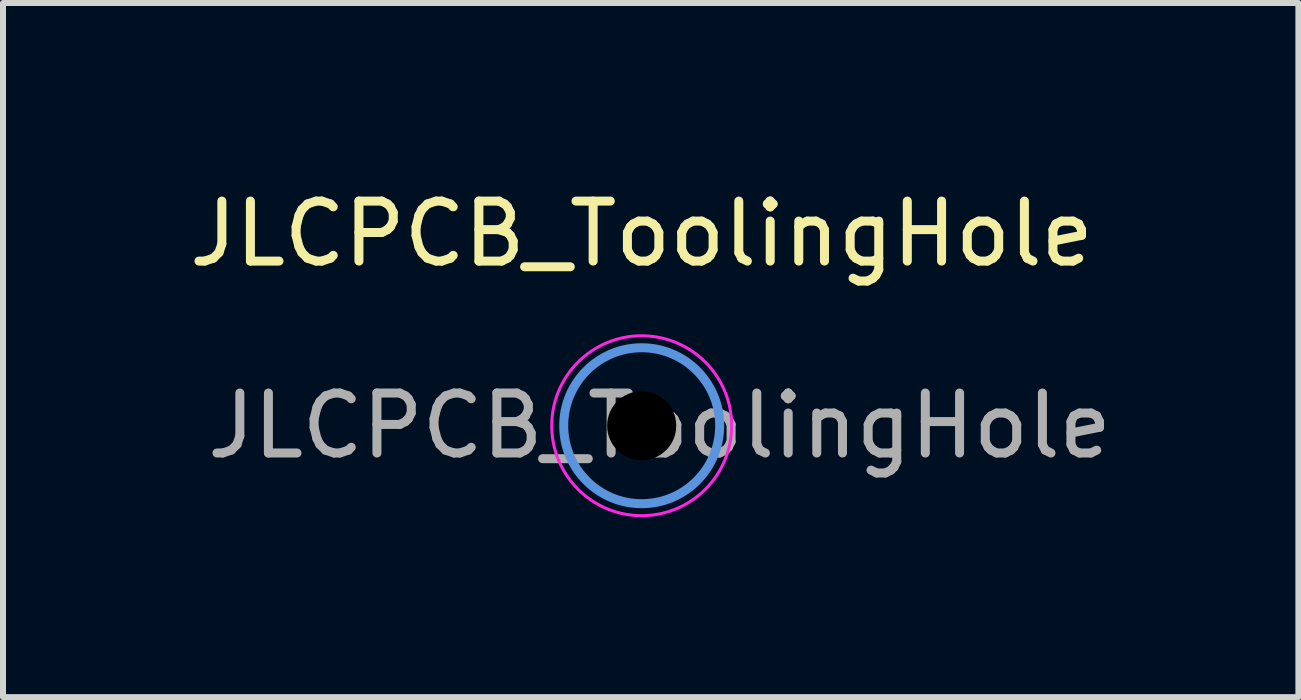
<source format=kicad_pcb>
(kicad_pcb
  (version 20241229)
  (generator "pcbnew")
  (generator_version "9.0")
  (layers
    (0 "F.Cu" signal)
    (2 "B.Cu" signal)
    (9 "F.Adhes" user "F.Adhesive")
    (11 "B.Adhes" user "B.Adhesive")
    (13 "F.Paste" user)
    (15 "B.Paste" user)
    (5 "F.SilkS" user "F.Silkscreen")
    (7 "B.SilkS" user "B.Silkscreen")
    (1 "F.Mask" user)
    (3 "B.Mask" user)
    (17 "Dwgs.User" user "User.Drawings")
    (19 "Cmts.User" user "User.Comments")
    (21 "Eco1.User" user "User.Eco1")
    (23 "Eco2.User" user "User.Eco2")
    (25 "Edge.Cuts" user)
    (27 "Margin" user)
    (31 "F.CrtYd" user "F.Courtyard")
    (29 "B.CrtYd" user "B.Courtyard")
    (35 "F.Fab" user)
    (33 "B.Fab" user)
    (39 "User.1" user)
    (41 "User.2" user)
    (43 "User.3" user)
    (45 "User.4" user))
  (footprint "JLCPCB_ToolingHole"
    (layer "F.Cu")
    (at 7.649 4.048)
    (property "Reference" "JLCPCB_ToolingHole" (at 0 -3.2 0) (layer "F.SilkS") (effects (font (size 1 1) (thickness 0.15))))
    (attr board_only exclude_from_pos_files exclude_from_bom)
    (fp_circle (center 0 0) (end 1.3 0) (stroke (width 0.15) (type solid)) (fill no) (layer "Cmts.User"))
    (fp_circle (center 0 0) (end 1.5 0) (stroke (width 0.05) (type solid)) (fill no) (layer "F.CrtYd"))
    (fp_text user "${REFERENCE}" (at 0.3 0 0) (layer "F.Fab") (effects (font (size 1 1) (thickness 0.15))))
    (pad "" np_thru_hole circle (at 0 0) (size 1.152 1.152) (drill 1.152) (layers "*.Mask")))
  (gr_rect
    (start -3 -3)
    (end 18.598 8.573)
    (stroke (width 0.1) (type default))
    (fill no)
    (layer "Edge.Cuts")))
</source>
